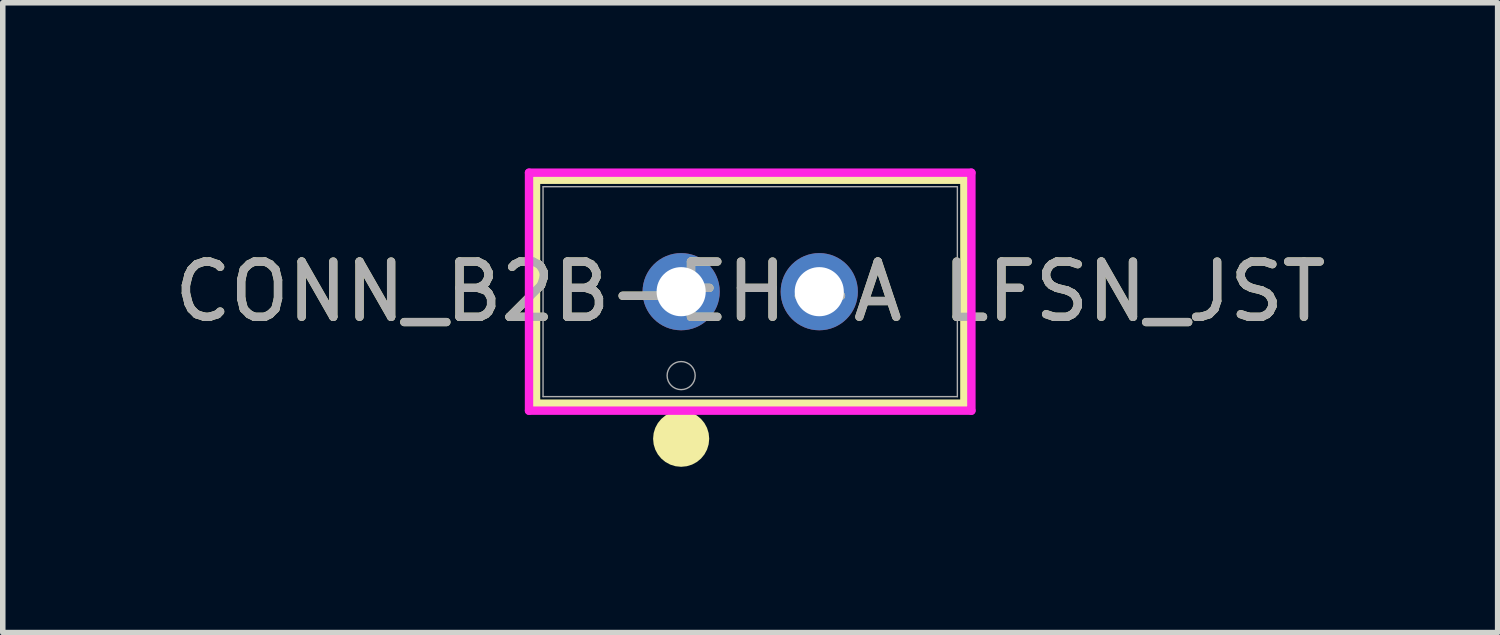
<source format=kicad_pcb>
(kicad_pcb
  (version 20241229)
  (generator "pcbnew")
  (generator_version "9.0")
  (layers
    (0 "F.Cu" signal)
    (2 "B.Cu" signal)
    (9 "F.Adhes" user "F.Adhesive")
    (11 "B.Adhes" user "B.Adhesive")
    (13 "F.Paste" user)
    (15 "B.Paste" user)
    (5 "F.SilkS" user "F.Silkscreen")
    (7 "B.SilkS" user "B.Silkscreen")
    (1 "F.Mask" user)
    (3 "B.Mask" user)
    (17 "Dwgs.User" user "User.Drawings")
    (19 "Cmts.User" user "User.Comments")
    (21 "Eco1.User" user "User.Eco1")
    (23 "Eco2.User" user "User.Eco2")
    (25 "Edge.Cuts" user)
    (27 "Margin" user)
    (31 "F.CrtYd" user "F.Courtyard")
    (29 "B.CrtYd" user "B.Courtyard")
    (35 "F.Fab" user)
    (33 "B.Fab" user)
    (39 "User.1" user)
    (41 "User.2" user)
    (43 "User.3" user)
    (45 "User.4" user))
  (footprint "CONN_B2B-EH-A LFSN_JST"
    (layer "F.Cu")
    (at 9.28 2.23)
    (property "Reference" "CONN_B2B-EH-A LFSN_JST" (at 1.25 0 0) (unlocked yes) (layer "F.SilkS") (effects (font (size 1 1) (thickness 0.15))))
    (attr through_hole)
    (fp_line (start -2.627 -2.027) (end -2.627 2.027) (stroke (width 0.152) (type solid)) (layer "F.SilkS"))
    (fp_line (start -2.627 2.027) (end 5.127 2.027) (stroke (width 0.152) (type solid)) (layer "F.SilkS"))
    (fp_line (start 5.127 -2.027) (end -2.627 -2.027) (stroke (width 0.152) (type solid)) (layer "F.SilkS"))
    (fp_line (start 5.127 2.027) (end 5.127 -2.027) (stroke (width 0.152) (type solid)) (layer "F.SilkS"))
    (fp_circle (center 0 2.662) (end 0.254 2.662) (stroke (width 0.508) (type solid)) (fill no) (layer "F.SilkS"))
    (fp_line (start -2.754 -2.154) (end -2.754 2.154) (stroke (width 0.152) (type solid)) (layer "F.CrtYd"))
    (fp_line (start -2.754 2.154) (end 5.254 2.154) (stroke (width 0.152) (type solid)) (layer "F.CrtYd"))
    (fp_line (start 5.254 -2.154) (end -2.754 -2.154) (stroke (width 0.152) (type solid)) (layer "F.CrtYd"))
    (fp_line (start 5.254 2.154) (end 5.254 -2.154) (stroke (width 0.152) (type solid)) (layer "F.CrtYd"))
    (fp_line (start -2.5 -1.9) (end -2.5 1.9) (stroke (width 0.025) (type solid)) (layer "F.Fab"))
    (fp_line (start -2.5 1.9) (end 5 1.9) (stroke (width 0.025) (type solid)) (layer "F.Fab"))
    (fp_line (start 5 -1.9) (end -2.5 -1.9) (stroke (width 0.025) (type solid)) (layer "F.Fab"))
    (fp_line (start 5 1.9) (end 5 -1.9) (stroke (width 0.025) (type solid)) (layer "F.Fab"))
    (fp_circle (center 0 1.519) (end 0.254 1.519) (stroke (width 0.025) (type solid)) (fill no) (layer "F.Fab"))
    (fp_text user "${REFERENCE}" (at 1.25 0 0) (unlocked yes) (layer "F.Fab") (effects (font (size 1 1) (thickness 0.15))))
    (pad "1" thru_hole circle (at 0 0) (size 1.397 1.397) (drill 0.889) (layers "*.Cu" "*.Mask"))
    (pad "2" thru_hole circle (at 2.5 0) (size 1.397 1.397) (drill 0.889) (layers "*.Cu" "*.Mask")))
  (gr_rect
    (start -3 -3)
    (end 24.06 8.4)
    (stroke (width 0.1) (type default))
    (fill no)
    (layer "Edge.Cuts")))
</source>
